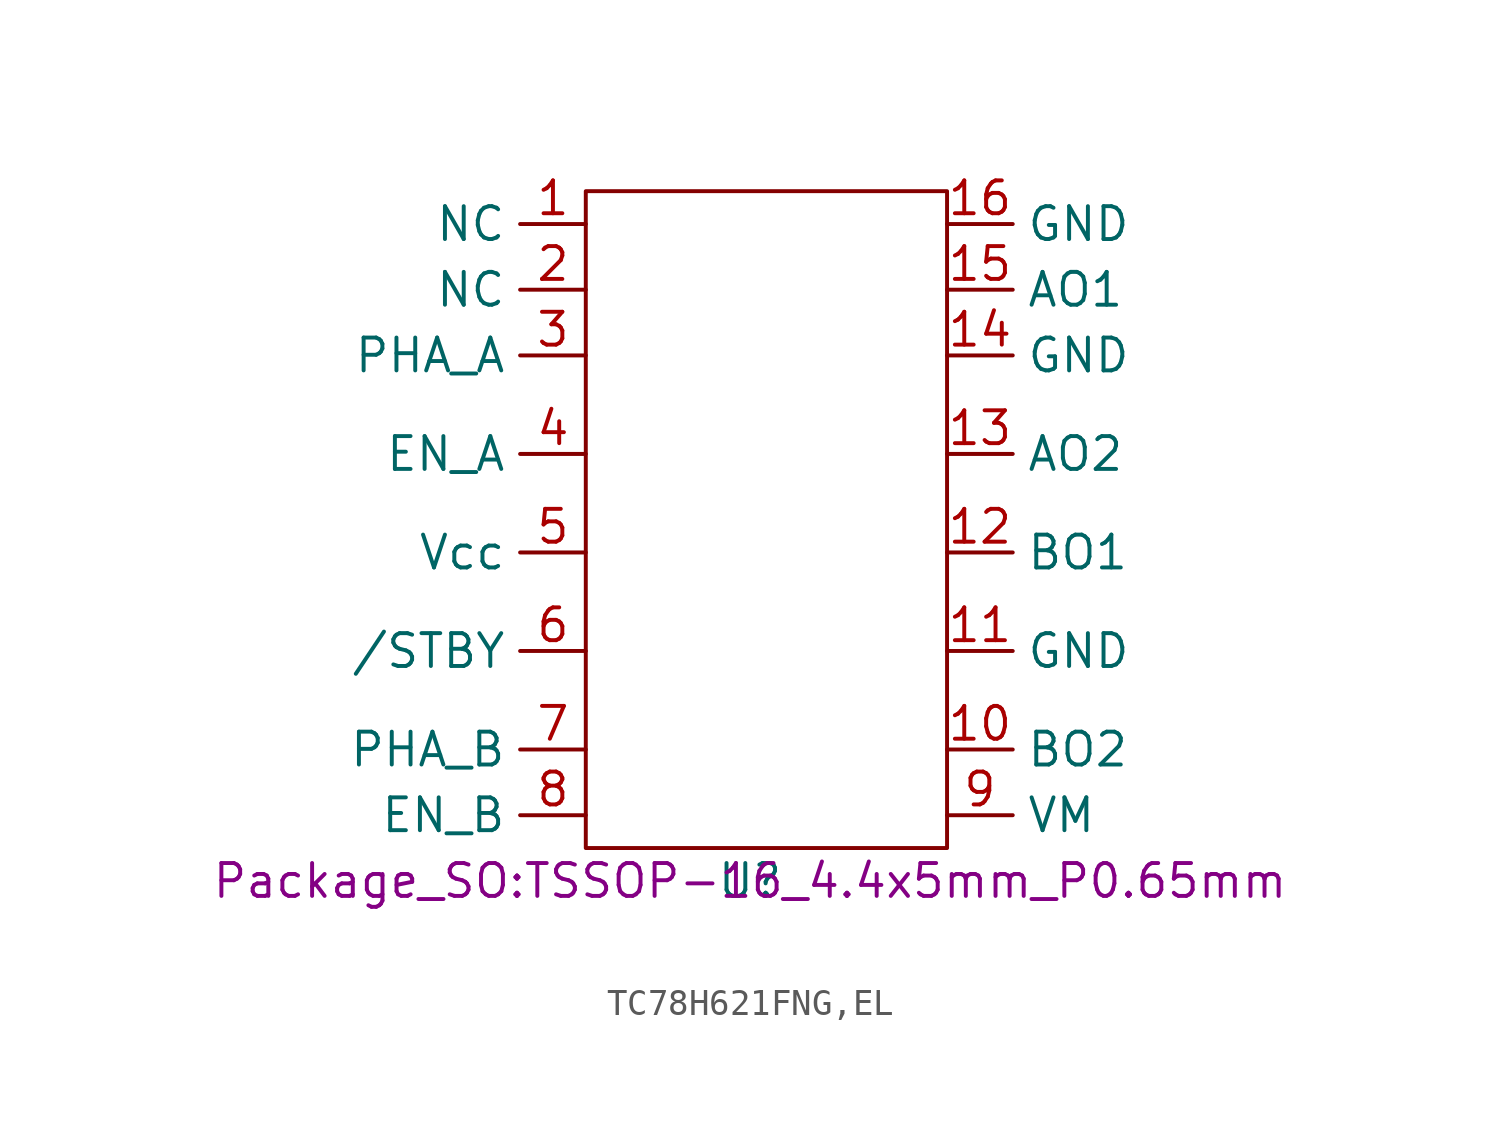
<source format=kicad_sym>
(kicad_symbol_lib
  (version 20231120)
  (generator "kicad_symbol_editor")
  (generator_version "8.0")
  (symbol "TC78H621FNG,EL"
    (property "Reference" "U"
      (at 0 0 0)
      (effects (font (size 1.27 1.27))))
    (property "Value" ""
      (at 0 0 0)
      (effects (font (size 1.27 1.27))))
    (property "Footprint" "Package_SO:TSSOP-16_4.4x5mm_P0.65mm"
      (at 0 0 0)
      (effects (font (size 1.27 1.27))))
    (symbol "TC78H621FNG,EL_0_1"
      (rectangle (start -6.35 26.67) (end 7.62 1.27) (stroke (width 0) (type default)) (fill (type none))))
    (symbol "TC78H621FNG,EL_1_1"
      (pin passive line (at -6.35 25.4 180) (length 2.54) (name "NC" (effects (font (size 1.27 1.27)))) (number "1" (effects (font (size 1.27 1.27)))))
      (pin power_out line (at 7.62 5.08 0) (length 2.54) (name "BO2" (effects (font (size 1.27 1.27)))) (number "10" (effects (font (size 1.27 1.27)))))
      (pin power_in line (at 7.62 8.89 0) (length 2.54) (name "GND" (effects (font (size 1.27 1.27)))) (number "11" (effects (font (size 1.27 1.27)))))
      (pin power_out line (at 7.62 12.7 0) (length 2.54) (name "BO1" (effects (font (size 1.27 1.27)))) (number "12" (effects (font (size 1.27 1.27)))))
      (pin power_out line (at 7.62 16.51 0) (length 2.54) (name "AO2" (effects (font (size 1.27 1.27)))) (number "13" (effects (font (size 1.27 1.27)))))
      (pin power_in line (at 7.62 20.32 0) (length 2.54) (name "GND" (effects (font (size 1.27 1.27)))) (number "14" (effects (font (size 1.27 1.27)))))
      (pin power_out line (at 7.62 22.86 0) (length 2.54) (name "AO1" (effects (font (size 1.27 1.27)))) (number "15" (effects (font (size 1.27 1.27)))))
      (pin power_in line (at 7.62 25.4 0) (length 2.54) (name "GND" (effects (font (size 1.27 1.27)))) (number "16" (effects (font (size 1.27 1.27)))))
      (pin passive line (at -6.35 22.86 180) (length 2.54) (name "NC" (effects (font (size 1.27 1.27)))) (number "2" (effects (font (size 1.27 1.27)))))
      (pin input line (at -6.35 20.32 180) (length 2.54) (name "PHA_A" (effects (font (size 1.27 1.27)))) (number "3" (effects (font (size 1.27 1.27)))))
      (pin input line (at -6.35 16.51 180) (length 2.54) (name "EN_A" (effects (font (size 1.27 1.27)))) (number "4" (effects (font (size 1.27 1.27)))))
      (pin power_in line (at -6.35 12.7 180) (length 2.54) (name "Vcc" (effects (font (size 1.27 1.27)))) (number "5" (effects (font (size 1.27 1.27)))))
      (pin input line (at -6.35 8.89 180) (length 2.54) (name "/STBY" (effects (font (size 1.27 1.27)))) (number "6" (effects (font (size 1.27 1.27)))))
      (pin input line (at -6.35 5.08 180) (length 2.54) (name "PHA_B" (effects (font (size 1.27 1.27)))) (number "7" (effects (font (size 1.27 1.27)))))
      (pin input line (at -6.35 2.54 180) (length 2.54) (name "EN_B" (effects (font (size 1.27 1.27)))) (number "8" (effects (font (size 1.27 1.27)))))
      (pin power_in line (at 7.62 2.54 0) (length 2.54) (name "VM" (effects (font (size 1.27 1.27)))) (number "9" (effects (font (size 1.27 1.27))))))))
</source>
